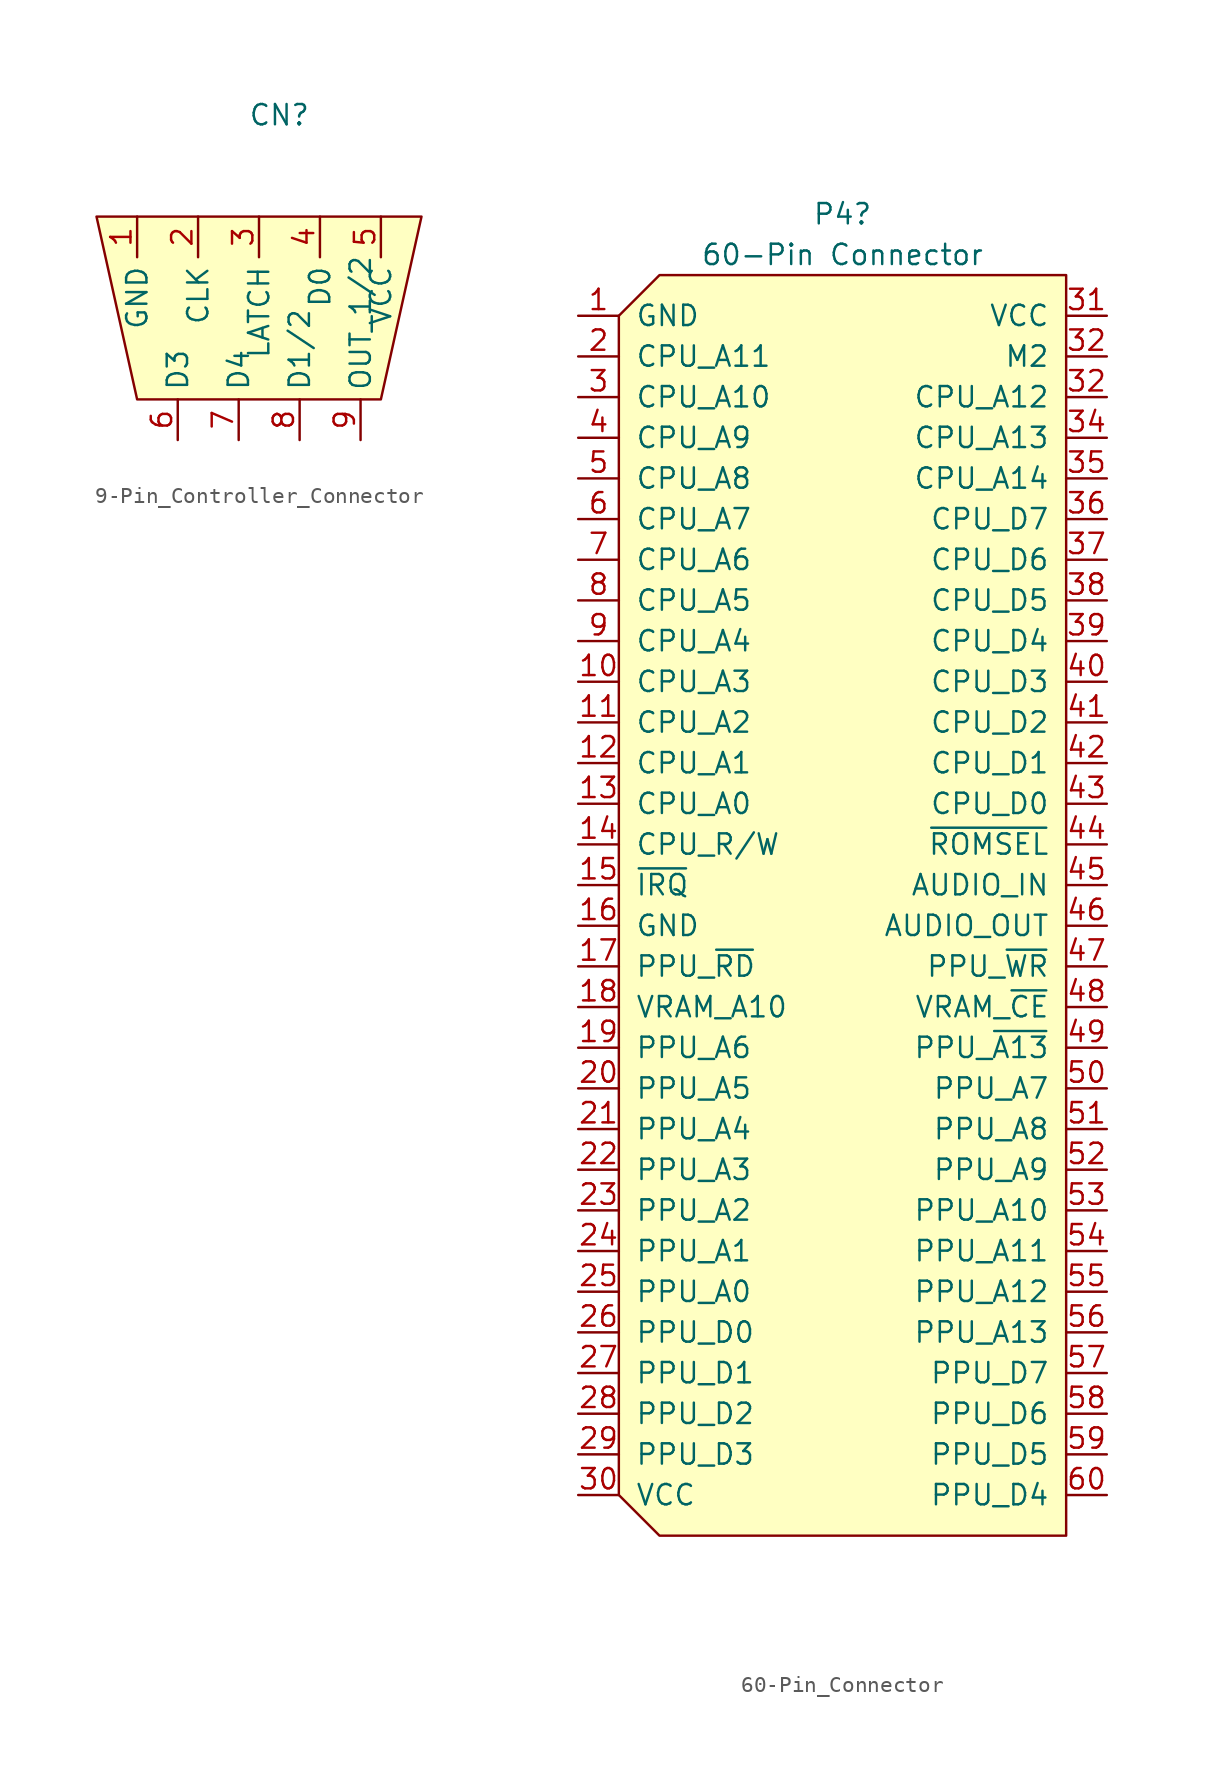
<source format=kicad_sym>
(kicad_symbol_lib
  (version 20220914)
  (generator kicad_symbol_editor)
  (symbol "9-Pin_Controller_Connector"
    (property "Reference" "CN"
      (at 0 12.7 0)
      (effects (font (size 1.27 1.27))))
    (property "Value" ""
      (at -1.27 6.35 0)
      (effects (font (size 1.27 1.27))))
    (symbol "9-Pin_Controller_Connector_1_1"
      (polyline (pts (xy -11.43 6.35) (xy 8.89 6.35) (xy 6.35 -5.08) (xy -8.89 -5.08) (xy -11.43 6.35)) (stroke (width 0) (type default)) (fill (type background)))
      (pin passive line (at -8.89 6.35 270) (length 2.54) (name "GND" (effects (font (size 1.27 1.27)))) (number "1" (effects (font (size 1.27 1.27)))))
      (pin input line (at -5.08 6.35 270) (length 2.54) (name "CLK" (effects (font (size 1.27 1.27)))) (number "2" (effects (font (size 1.27 1.27)))))
      (pin input line (at -1.27 6.35 270) (length 2.54) (name "LATCH" (effects (font (size 1.27 1.27)))) (number "3" (effects (font (size 1.27 1.27)))))
      (pin output line (at 2.54 6.35 270) (length 2.54) (name "D0" (effects (font (size 1.27 1.27)))) (number "4" (effects (font (size 1.27 1.27)))))
      (pin passive line (at 6.35 6.35 270) (length 2.54) (name "VCC" (effects (font (size 1.27 1.27)))) (number "5" (effects (font (size 1.27 1.27)))))
      (pin output line (at -6.35 -7.62 90) (length 2.54) (name "D3" (effects (font (size 1.27 1.27)))) (number "6" (effects (font (size 1.27 1.27)))))
      (pin output line (at -2.54 -7.62 90) (length 2.54) (name "D4" (effects (font (size 1.27 1.27)))) (number "7" (effects (font (size 1.27 1.27)))))
      (pin output line (at 1.27 -7.62 90) (length 2.54) (name "D1/2" (effects (font (size 1.27 1.27)))) (number "8" (effects (font (size 1.27 1.27)))))
      (pin input line (at 5.08 -7.62 90) (length 2.54) (name "OUT_1/2" (effects (font (size 1.27 1.27)))) (number "9" (effects (font (size 1.27 1.27)))))))
  (symbol "60-Pin_Connector"
    (pin_names
      (offset 1.016))
    (property "Reference" "P4"
      (at 0 43.18 0)
      (effects (font (size 1.27 1.27))))
    (property "Value" "60-Pin Connector"
      (at 0 40.64 0)
      (effects (font (size 1.27 1.27))))
    (symbol "60-Pin_Connector_0_1"
      (polyline (pts (xy -13.97 36.83) (xy -11.43 39.37) (xy 13.97 39.37) (xy 13.97 -39.37) (xy -11.43 -39.37) (xy -13.97 -36.83) (xy -13.97 36.83)) (stroke (width 0) (type solid)) (fill (type background))))
    (symbol "60-Pin_Connector_1_1"
      (pin passive line (at -16.51 36.83 0) (length 2.54) (name "GND" (effects (font (size 1.27 1.27)))) (number "1" (effects (font (size 1.27 1.27)))))
      (pin input line (at -16.51 13.97 0) (length 2.54) (name "CPU_A3" (effects (font (size 1.27 1.27)))) (number "10" (effects (font (size 1.27 1.27)))))
      (pin input line (at -16.51 11.43 0) (length 2.54) (name "CPU_A2" (effects (font (size 1.27 1.27)))) (number "11" (effects (font (size 1.27 1.27)))))
      (pin input line (at -16.51 8.89 0) (length 2.54) (name "CPU_A1" (effects (font (size 1.27 1.27)))) (number "12" (effects (font (size 1.27 1.27)))))
      (pin input line (at -16.51 6.35 0) (length 2.54) (name "CPU_A0" (effects (font (size 1.27 1.27)))) (number "13" (effects (font (size 1.27 1.27)))))
      (pin input line (at -16.51 3.81 0) (length 2.54) (name "CPU_R/W" (effects (font (size 1.27 1.27)))) (number "14" (effects (font (size 1.27 1.27)))))
      (pin output line (at -16.51 1.27 0) (length 2.54) (name "~{IRQ}" (effects (font (size 1.27 1.27)))) (number "15" (effects (font (size 1.27 1.27)))))
      (pin passive line (at -16.51 -1.27 0) (length 2.54) (name "GND" (effects (font (size 1.27 1.27)))) (number "16" (effects (font (size 1.27 1.27)))))
      (pin input line (at -16.51 -3.81 0) (length 2.54) (name "PPU_~{RD}" (effects (font (size 1.27 1.27)))) (number "17" (effects (font (size 1.27 1.27)))))
      (pin output line (at -16.51 -6.35 0) (length 2.54) (name "VRAM_A10" (effects (font (size 1.27 1.27)))) (number "18" (effects (font (size 1.27 1.27)))))
      (pin input line (at -16.51 -8.89 0) (length 2.54) (name "PPU_A6" (effects (font (size 1.27 1.27)))) (number "19" (effects (font (size 1.27 1.27)))))
      (pin input line (at -16.51 34.29 0) (length 2.54) (name "CPU_A11" (effects (font (size 1.27 1.27)))) (number "2" (effects (font (size 1.27 1.27)))))
      (pin input line (at -16.51 -11.43 0) (length 2.54) (name "PPU_A5" (effects (font (size 1.27 1.27)))) (number "20" (effects (font (size 1.27 1.27)))))
      (pin input line (at -16.51 -13.97 0) (length 2.54) (name "PPU_A4" (effects (font (size 1.27 1.27)))) (number "21" (effects (font (size 1.27 1.27)))))
      (pin input line (at -16.51 -16.51 0) (length 2.54) (name "PPU_A3" (effects (font (size 1.27 1.27)))) (number "22" (effects (font (size 1.27 1.27)))))
      (pin input line (at -16.51 -19.05 0) (length 2.54) (name "PPU_A2" (effects (font (size 1.27 1.27)))) (number "23" (effects (font (size 1.27 1.27)))))
      (pin input line (at -16.51 -21.59 0) (length 2.54) (name "PPU_A1" (effects (font (size 1.27 1.27)))) (number "24" (effects (font (size 1.27 1.27)))))
      (pin input line (at -16.51 -24.13 0) (length 2.54) (name "PPU_A0" (effects (font (size 1.27 1.27)))) (number "25" (effects (font (size 1.27 1.27)))))
      (pin bidirectional line (at -16.51 -26.67 0) (length 2.54) (name "PPU_D0" (effects (font (size 1.27 1.27)))) (number "26" (effects (font (size 1.27 1.27)))))
      (pin bidirectional line (at -16.51 -29.21 0) (length 2.54) (name "PPU_D1" (effects (font (size 1.27 1.27)))) (number "27" (effects (font (size 1.27 1.27)))))
      (pin bidirectional line (at -16.51 -31.75 0) (length 2.54) (name "PPU_D2" (effects (font (size 1.27 1.27)))) (number "28" (effects (font (size 1.27 1.27)))))
      (pin bidirectional line (at -16.51 -34.29 0) (length 2.54) (name "PPU_D3" (effects (font (size 1.27 1.27)))) (number "29" (effects (font (size 1.27 1.27)))))
      (pin input line (at -16.51 31.75 0) (length 2.54) (name "CPU_A10" (effects (font (size 1.27 1.27)))) (number "3" (effects (font (size 1.27 1.27)))))
      (pin passive line (at -16.51 -36.83 0) (length 2.54) (name "VCC" (effects (font (size 1.27 1.27)))) (number "30" (effects (font (size 1.27 1.27)))))
      (pin passive line (at 16.51 36.83 180) (length 2.54) (name "VCC" (effects (font (size 1.27 1.27)))) (number "31" (effects (font (size 1.27 1.27)))))
      (pin input line (at 16.51 31.75 180) (length 2.54) (name "CPU_A12" (effects (font (size 1.27 1.27)))) (number "32" (effects (font (size 1.27 1.27)))))
      (pin input line (at 16.51 34.29 180) (length 2.54) (name "M2" (effects (font (size 1.27 1.27)))) (number "32" (effects (font (size 1.27 1.27)))))
      (pin input line (at 16.51 29.21 180) (length 2.54) (name "CPU_A13" (effects (font (size 1.27 1.27)))) (number "34" (effects (font (size 1.27 1.27)))))
      (pin input line (at 16.51 26.67 180) (length 2.54) (name "CPU_A14" (effects (font (size 1.27 1.27)))) (number "35" (effects (font (size 1.27 1.27)))))
      (pin bidirectional line (at 16.51 24.13 180) (length 2.54) (name "CPU_D7" (effects (font (size 1.27 1.27)))) (number "36" (effects (font (size 1.27 1.27)))))
      (pin bidirectional line (at 16.51 21.59 180) (length 2.54) (name "CPU_D6" (effects (font (size 1.27 1.27)))) (number "37" (effects (font (size 1.27 1.27)))))
      (pin bidirectional line (at 16.51 19.05 180) (length 2.54) (name "CPU_D5" (effects (font (size 1.27 1.27)))) (number "38" (effects (font (size 1.27 1.27)))))
      (pin bidirectional line (at 16.51 16.51 180) (length 2.54) (name "CPU_D4" (effects (font (size 1.27 1.27)))) (number "39" (effects (font (size 1.27 1.27)))))
      (pin input line (at -16.51 29.21 0) (length 2.54) (name "CPU_A9" (effects (font (size 1.27 1.27)))) (number "4" (effects (font (size 1.27 1.27)))))
      (pin bidirectional line (at 16.51 13.97 180) (length 2.54) (name "CPU_D3" (effects (font (size 1.27 1.27)))) (number "40" (effects (font (size 1.27 1.27)))))
      (pin bidirectional line (at 16.51 11.43 180) (length 2.54) (name "CPU_D2" (effects (font (size 1.27 1.27)))) (number "41" (effects (font (size 1.27 1.27)))))
      (pin bidirectional line (at 16.51 8.89 180) (length 2.54) (name "CPU_D1" (effects (font (size 1.27 1.27)))) (number "42" (effects (font (size 1.27 1.27)))))
      (pin bidirectional line (at 16.51 6.35 180) (length 2.54) (name "CPU_D0" (effects (font (size 1.27 1.27)))) (number "43" (effects (font (size 1.27 1.27)))))
      (pin input line (at 16.51 3.81 180) (length 2.54) (name "~{ROMSEL}" (effects (font (size 1.27 1.27)))) (number "44" (effects (font (size 1.27 1.27)))))
      (pin input line (at 16.51 1.27 180) (length 2.54) (name "AUDIO_IN" (effects (font (size 1.27 1.27)))) (number "45" (effects (font (size 1.27 1.27)))))
      (pin output line (at 16.51 -1.27 180) (length 2.54) (name "AUDIO_OUT" (effects (font (size 1.27 1.27)))) (number "46" (effects (font (size 1.27 1.27)))))
      (pin input line (at 16.51 -3.81 180) (length 2.54) (name "PPU_~{WR}" (effects (font (size 1.27 1.27)))) (number "47" (effects (font (size 1.27 1.27)))))
      (pin output line (at 16.51 -6.35 180) (length 2.54) (name "VRAM_~{CE}" (effects (font (size 1.27 1.27)))) (number "48" (effects (font (size 1.27 1.27)))))
      (pin input line (at 16.51 -8.89 180) (length 2.54) (name "PPU_~{A13}" (effects (font (size 1.27 1.27)))) (number "49" (effects (font (size 1.27 1.27)))))
      (pin input line (at -16.51 26.67 0) (length 2.54) (name "CPU_A8" (effects (font (size 1.27 1.27)))) (number "5" (effects (font (size 1.27 1.27)))))
      (pin input line (at 16.51 -11.43 180) (length 2.54) (name "PPU_A7" (effects (font (size 1.27 1.27)))) (number "50" (effects (font (size 1.27 1.27)))))
      (pin input line (at 16.51 -13.97 180) (length 2.54) (name "PPU_A8" (effects (font (size 1.27 1.27)))) (number "51" (effects (font (size 1.27 1.27)))))
      (pin input line (at 16.51 -16.51 180) (length 2.54) (name "PPU_A9" (effects (font (size 1.27 1.27)))) (number "52" (effects (font (size 1.27 1.27)))))
      (pin input line (at 16.51 -19.05 180) (length 2.54) (name "PPU_A10" (effects (font (size 1.27 1.27)))) (number "53" (effects (font (size 1.27 1.27)))))
      (pin input line (at 16.51 -21.59 180) (length 2.54) (name "PPU_A11" (effects (font (size 1.27 1.27)))) (number "54" (effects (font (size 1.27 1.27)))))
      (pin input line (at 16.51 -24.13 180) (length 2.54) (name "PPU_A12" (effects (font (size 1.27 1.27)))) (number "55" (effects (font (size 1.27 1.27)))))
      (pin input line (at 16.51 -26.67 180) (length 2.54) (name "PPU_A13" (effects (font (size 1.27 1.27)))) (number "56" (effects (font (size 1.27 1.27)))))
      (pin bidirectional line (at 16.51 -29.21 180) (length 2.54) (name "PPU_D7" (effects (font (size 1.27 1.27)))) (number "57" (effects (font (size 1.27 1.27)))))
      (pin bidirectional line (at 16.51 -31.75 180) (length 2.54) (name "PPU_D6" (effects (font (size 1.27 1.27)))) (number "58" (effects (font (size 1.27 1.27)))))
      (pin bidirectional line (at 16.51 -34.29 180) (length 2.54) (name "PPU_D5" (effects (font (size 1.27 1.27)))) (number "59" (effects (font (size 1.27 1.27)))))
      (pin input line (at -16.51 24.13 0) (length 2.54) (name "CPU_A7" (effects (font (size 1.27 1.27)))) (number "6" (effects (font (size 1.27 1.27)))))
      (pin bidirectional line (at 16.51 -36.83 180) (length 2.54) (name "PPU_D4" (effects (font (size 1.27 1.27)))) (number "60" (effects (font (size 1.27 1.27)))))
      (pin input line (at -16.51 21.59 0) (length 2.54) (name "CPU_A6" (effects (font (size 1.27 1.27)))) (number "7" (effects (font (size 1.27 1.27)))))
      (pin input line (at -16.51 19.05 0) (length 2.54) (name "CPU_A5" (effects (font (size 1.27 1.27)))) (number "8" (effects (font (size 1.27 1.27)))))
      (pin input line (at -16.51 16.51 0) (length 2.54) (name "CPU_A4" (effects (font (size 1.27 1.27)))) (number "9" (effects (font (size 1.27 1.27))))))))
</source>
